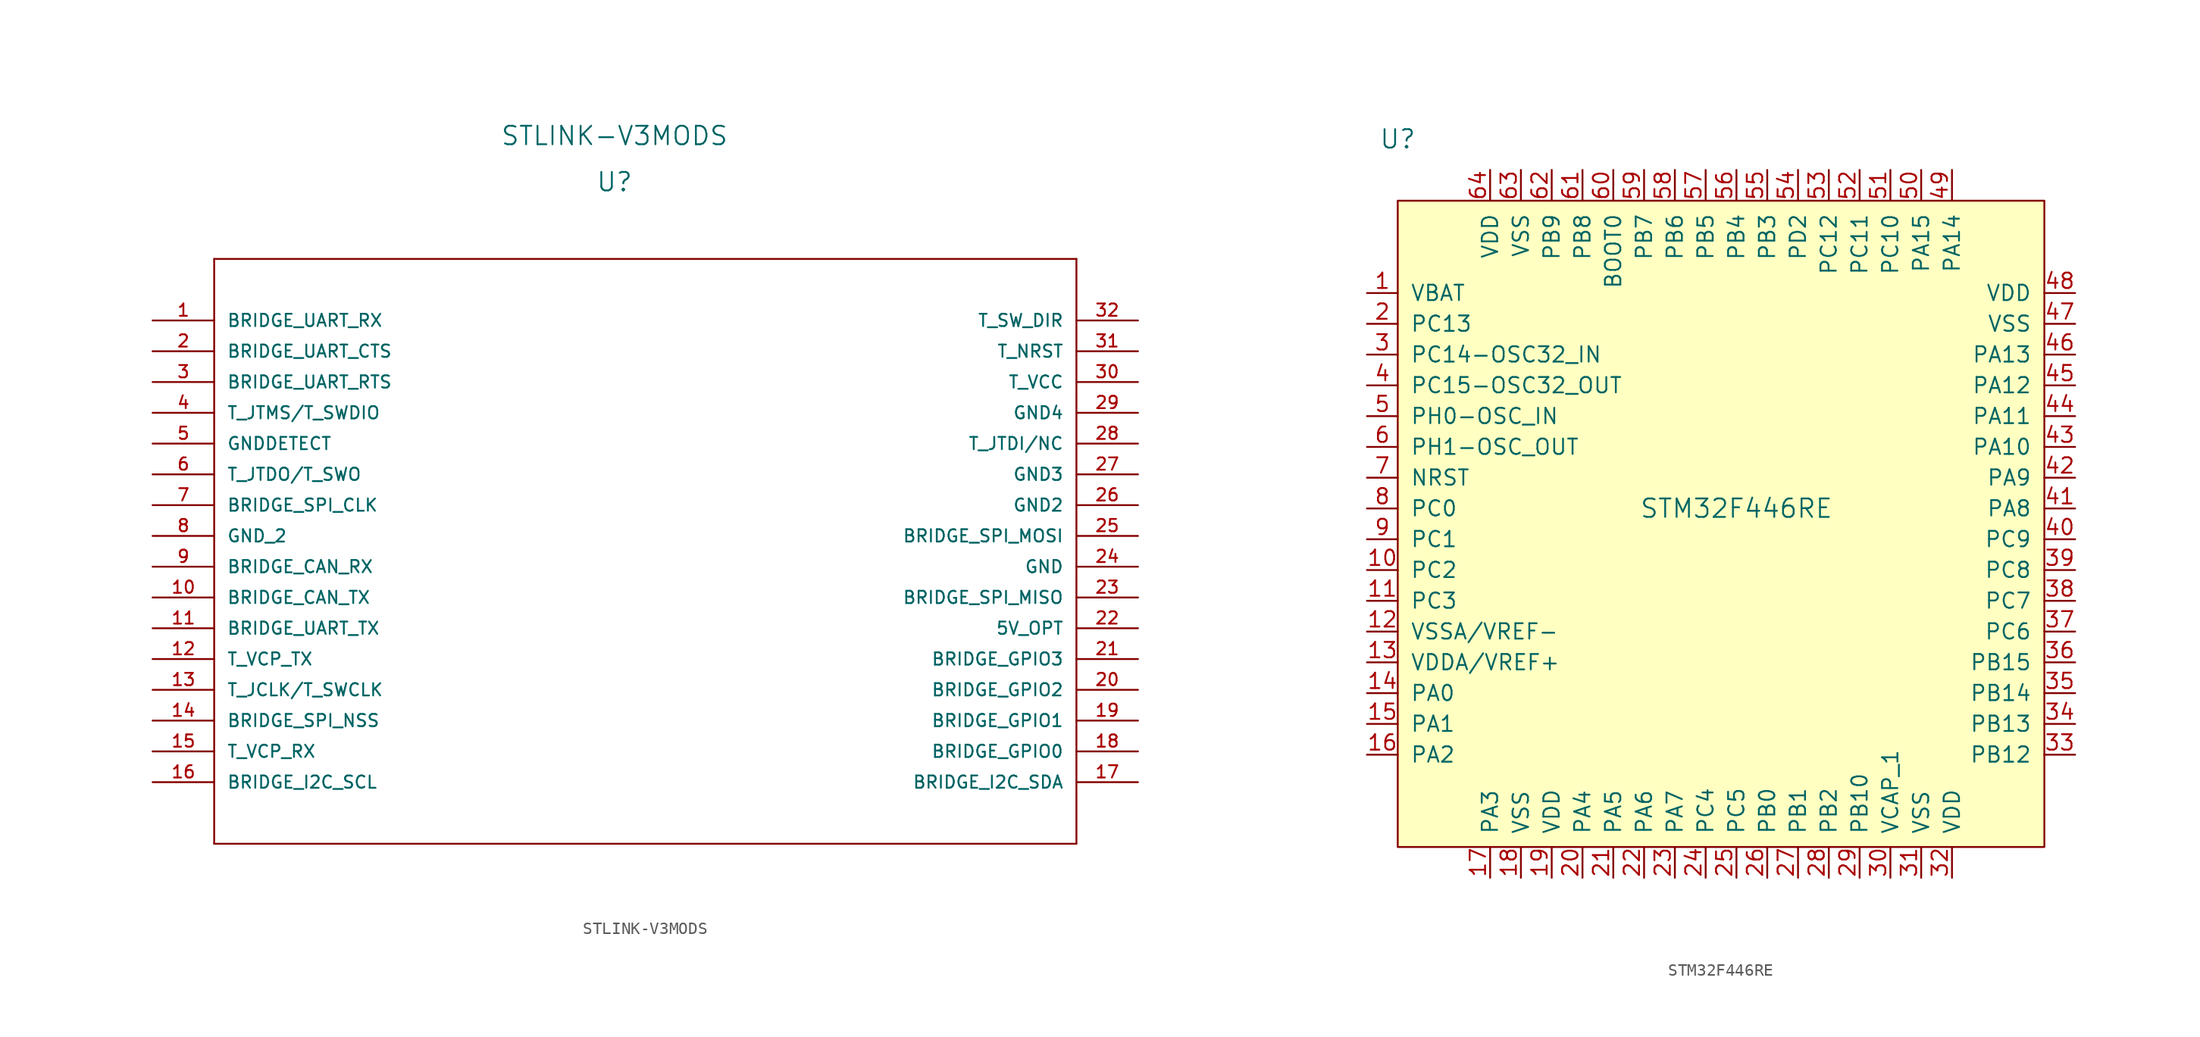
<source format=kicad_sym>
(kicad_symbol_lib
  (version 20231120)
  (generator "kicad_symbol_editor")
  (generator_version "8.0")
  (symbol "STLINK-V3MODS"
    (pin_names
      (offset 1.016))
    (property "Reference" "U"
      (at 0 60.96 0)
      (effects (font (size 1.524 1.524))))
    (property "Value" "STLINK-V3MODS"
      (at 0 64.77 0)
      (effects (font (size 1.524 1.524))))
    (symbol "STLINK-V3MODS_1_1"
      (polyline (pts (xy -33.02 6.35) (xy 38.1 6.35)) (stroke (width 0.152) (type default)) (fill (type none)))
      (polyline (pts (xy -33.02 54.61) (xy -33.02 6.35)) (stroke (width 0.152) (type default)) (fill (type none)))
      (polyline (pts (xy 38.1 6.35) (xy 38.1 54.61)) (stroke (width 0.152) (type default)) (fill (type none)))
      (polyline (pts (xy 38.1 54.61) (xy -33.02 54.61)) (stroke (width 0.152) (type default)) (fill (type none)))
      (pin passive line (at -38.1 49.53 0) (length 5.08) (name "BRIDGE_UART_RX" (effects (font (size 1.016 1.016)))) (number "1" (effects (font (size 1.016 1.016)))))
      (pin passive line (at -38.1 26.67 0) (length 5.08) (name "BRIDGE_CAN_TX" (effects (font (size 1.016 1.016)))) (number "10" (effects (font (size 1.016 1.016)))))
      (pin passive line (at -38.1 24.13 0) (length 5.08) (name "BRIDGE_UART_TX" (effects (font (size 1.016 1.016)))) (number "11" (effects (font (size 1.016 1.016)))))
      (pin passive line (at -38.1 21.59 0) (length 5.08) (name "T_VCP_TX" (effects (font (size 1.016 1.016)))) (number "12" (effects (font (size 1.016 1.016)))))
      (pin passive line (at -38.1 19.05 0) (length 5.08) (name "T_JCLK/T_SWCLK" (effects (font (size 1.016 1.016)))) (number "13" (effects (font (size 1.016 1.016)))))
      (pin passive line (at -38.1 16.51 0) (length 5.08) (name "BRIDGE_SPI_NSS" (effects (font (size 1.016 1.016)))) (number "14" (effects (font (size 1.016 1.016)))))
      (pin passive line (at -38.1 13.97 0) (length 5.08) (name "T_VCP_RX" (effects (font (size 1.016 1.016)))) (number "15" (effects (font (size 1.016 1.016)))))
      (pin bidirectional line (at -38.1 11.43 0) (length 5.08) (name "BRIDGE_I2C_SCL" (effects (font (size 1.016 1.016)))) (number "16" (effects (font (size 1.016 1.016)))))
      (pin bidirectional line (at 43.18 11.43 180) (length 5.08) (name "BRIDGE_I2C_SDA" (effects (font (size 1.016 1.016)))) (number "17" (effects (font (size 1.016 1.016)))))
      (pin bidirectional line (at 43.18 13.97 180) (length 5.08) (name "BRIDGE_GPIO0" (effects (font (size 1.016 1.016)))) (number "18" (effects (font (size 1.016 1.016)))))
      (pin bidirectional line (at 43.18 16.51 180) (length 5.08) (name "BRIDGE_GPIO1" (effects (font (size 1.016 1.016)))) (number "19" (effects (font (size 1.016 1.016)))))
      (pin passive line (at -38.1 46.99 0) (length 5.08) (name "BRIDGE_UART_CTS" (effects (font (size 1.016 1.016)))) (number "2" (effects (font (size 1.016 1.016)))))
      (pin bidirectional line (at 43.18 19.05 180) (length 5.08) (name "BRIDGE_GPIO2" (effects (font (size 1.016 1.016)))) (number "20" (effects (font (size 1.016 1.016)))))
      (pin bidirectional line (at 43.18 21.59 180) (length 5.08) (name "BRIDGE_GPIO3" (effects (font (size 1.016 1.016)))) (number "21" (effects (font (size 1.016 1.016)))))
      (pin passive line (at 43.18 24.13 180) (length 5.08) (name "5V_OPT" (effects (font (size 1.016 1.016)))) (number "22" (effects (font (size 1.016 1.016)))))
      (pin passive line (at 43.18 26.67 180) (length 5.08) (name "BRIDGE_SPI_MISO" (effects (font (size 1.016 1.016)))) (number "23" (effects (font (size 1.016 1.016)))))
      (pin passive line (at 43.18 29.21 180) (length 5.08) (name "GND" (effects (font (size 1.016 1.016)))) (number "24" (effects (font (size 1.016 1.016)))))
      (pin passive line (at 43.18 31.75 180) (length 5.08) (name "BRIDGE_SPI_MOSI" (effects (font (size 1.016 1.016)))) (number "25" (effects (font (size 1.016 1.016)))))
      (pin passive line (at 43.18 34.29 180) (length 5.08) (name "GND2" (effects (font (size 1.016 1.016)))) (number "26" (effects (font (size 1.016 1.016)))))
      (pin passive line (at 43.18 36.83 180) (length 5.08) (name "GND3" (effects (font (size 1.016 1.016)))) (number "27" (effects (font (size 1.016 1.016)))))
      (pin passive line (at 43.18 39.37 180) (length 5.08) (name "T_JTDI/NC" (effects (font (size 1.016 1.016)))) (number "28" (effects (font (size 1.016 1.016)))))
      (pin passive line (at 43.18 41.91 180) (length 5.08) (name "GND4" (effects (font (size 1.016 1.016)))) (number "29" (effects (font (size 1.016 1.016)))))
      (pin passive line (at -38.1 44.45 0) (length 5.08) (name "BRIDGE_UART_RTS" (effects (font (size 1.016 1.016)))) (number "3" (effects (font (size 1.016 1.016)))))
      (pin passive line (at 43.18 44.45 180) (length 5.08) (name "T_VCC" (effects (font (size 1.016 1.016)))) (number "30" (effects (font (size 1.016 1.016)))))
      (pin passive line (at 43.18 46.99 180) (length 5.08) (name "T_NRST" (effects (font (size 1.016 1.016)))) (number "31" (effects (font (size 1.016 1.016)))))
      (pin passive line (at 43.18 49.53 180) (length 5.08) (name "T_SW_DIR" (effects (font (size 1.016 1.016)))) (number "32" (effects (font (size 1.016 1.016)))))
      (pin passive line (at -38.1 41.91 0) (length 5.08) (name "T_JTMS/T_SWDIO" (effects (font (size 1.016 1.016)))) (number "4" (effects (font (size 1.016 1.016)))))
      (pin passive line (at -38.1 39.37 0) (length 5.08) (name "GNDDETECT" (effects (font (size 1.016 1.016)))) (number "5" (effects (font (size 1.016 1.016)))))
      (pin passive line (at -38.1 36.83 0) (length 5.08) (name "T_JTDO/T_SWO" (effects (font (size 1.016 1.016)))) (number "6" (effects (font (size 1.016 1.016)))))
      (pin passive line (at -38.1 34.29 0) (length 5.08) (name "BRIDGE_SPI_CLK" (effects (font (size 1.016 1.016)))) (number "7" (effects (font (size 1.016 1.016)))))
      (pin passive line (at -38.1 31.75 0) (length 5.08) (name "GND_2" (effects (font (size 1.016 1.016)))) (number "8" (effects (font (size 1.016 1.016)))))
      (pin passive line (at -38.1 29.21 0) (length 5.08) (name "BRIDGE_CAN_RX" (effects (font (size 1.016 1.016)))) (number "9" (effects (font (size 1.016 1.016)))))))
  (symbol "STM32F446RE"
    (pin_names
      (offset 1.016))
    (property "Reference" "U"
      (at -27.94 30.48 0)
      (effects (font (size 1.524 1.524))))
    (property "Value" "STM32F446RE"
      (at 0 0 0)
      (effects (font (size 1.524 1.524))))
    (symbol "STM32F446RE_0_1"
      (rectangle (start -27.94 25.4) (end 25.4 -27.94) (stroke (width 0) (type default)) (fill (type background))))
    (symbol "STM32F446RE_1_1"
      (pin input line (at -30.48 17.78 0) (length 2.54) (name "VBAT" (effects (font (size 1.27 1.27)))) (number "1" (effects (font (size 1.27 1.27)))))
      (pin bidirectional line (at -30.48 -5.08 0) (length 2.54) (name "PC2" (effects (font (size 1.27 1.27)))) (number "10" (effects (font (size 1.27 1.27)))))
      (pin unspecified line (at -30.48 -7.62 0) (length 2.54) (name "PC3" (effects (font (size 1.27 1.27)))) (number "11" (effects (font (size 1.27 1.27)))))
      (pin input line (at -30.48 -10.16 0) (length 2.54) (name "VSSA/VREF-" (effects (font (size 1.27 1.27)))) (number "12" (effects (font (size 1.27 1.27)))))
      (pin input line (at -30.48 -12.7 0) (length 2.54) (name "VDDA/VREF+" (effects (font (size 1.27 1.27)))) (number "13" (effects (font (size 1.27 1.27)))))
      (pin bidirectional line (at -30.48 -15.24 0) (length 2.54) (name "PA0" (effects (font (size 1.27 1.27)))) (number "14" (effects (font (size 1.27 1.27)))))
      (pin bidirectional line (at -30.48 -17.78 0) (length 2.54) (name "PA1" (effects (font (size 1.27 1.27)))) (number "15" (effects (font (size 1.27 1.27)))))
      (pin bidirectional line (at -30.48 -20.32 0) (length 2.54) (name "PA2" (effects (font (size 1.27 1.27)))) (number "16" (effects (font (size 1.27 1.27)))))
      (pin bidirectional line (at -20.32 -30.48 90) (length 2.54) (name "PA3" (effects (font (size 1.27 1.27)))) (number "17" (effects (font (size 1.27 1.27)))))
      (pin power_in line (at -17.78 -30.48 90) (length 2.54) (name "VSS" (effects (font (size 1.27 1.27)))) (number "18" (effects (font (size 1.27 1.27)))))
      (pin power_in line (at -15.24 -30.48 90) (length 2.54) (name "VDD" (effects (font (size 1.27 1.27)))) (number "19" (effects (font (size 1.27 1.27)))))
      (pin bidirectional line (at -30.48 15.24 0) (length 2.54) (name "PC13" (effects (font (size 1.27 1.27)))) (number "2" (effects (font (size 1.27 1.27)))))
      (pin bidirectional line (at -12.7 -30.48 90) (length 2.54) (name "PA4" (effects (font (size 1.27 1.27)))) (number "20" (effects (font (size 1.27 1.27)))))
      (pin bidirectional line (at -10.16 -30.48 90) (length 2.54) (name "PA5" (effects (font (size 1.27 1.27)))) (number "21" (effects (font (size 1.27 1.27)))))
      (pin bidirectional line (at -7.62 -30.48 90) (length 2.54) (name "PA6" (effects (font (size 1.27 1.27)))) (number "22" (effects (font (size 1.27 1.27)))))
      (pin bidirectional line (at -5.08 -30.48 90) (length 2.54) (name "PA7" (effects (font (size 1.27 1.27)))) (number "23" (effects (font (size 1.27 1.27)))))
      (pin bidirectional line (at -2.54 -30.48 90) (length 2.54) (name "PC4" (effects (font (size 1.27 1.27)))) (number "24" (effects (font (size 1.27 1.27)))))
      (pin bidirectional line (at 0 -30.48 90) (length 2.54) (name "PC5" (effects (font (size 1.27 1.27)))) (number "25" (effects (font (size 1.27 1.27)))))
      (pin bidirectional line (at 2.54 -30.48 90) (length 2.54) (name "PB0" (effects (font (size 1.27 1.27)))) (number "26" (effects (font (size 1.27 1.27)))))
      (pin bidirectional line (at 5.08 -30.48 90) (length 2.54) (name "PB1" (effects (font (size 1.27 1.27)))) (number "27" (effects (font (size 1.27 1.27)))))
      (pin bidirectional line (at 7.62 -30.48 90) (length 2.54) (name "PB2" (effects (font (size 1.27 1.27)))) (number "28" (effects (font (size 1.27 1.27)))))
      (pin bidirectional line (at 10.16 -30.48 90) (length 2.54) (name "PB10" (effects (font (size 1.27 1.27)))) (number "29" (effects (font (size 1.27 1.27)))))
      (pin input line (at -30.48 12.7 0) (length 2.54) (name "PC14-OSC32_IN" (effects (font (size 1.27 1.27)))) (number "3" (effects (font (size 1.27 1.27)))))
      (pin input line (at 12.7 -30.48 90) (length 2.54) (name "VCAP_1" (effects (font (size 1.27 1.27)))) (number "30" (effects (font (size 1.27 1.27)))))
      (pin power_in line (at 15.24 -30.48 90) (length 2.54) (name "VSS" (effects (font (size 1.27 1.27)))) (number "31" (effects (font (size 1.27 1.27)))))
      (pin power_in line (at 17.78 -30.48 90) (length 2.54) (name "VDD" (effects (font (size 1.27 1.27)))) (number "32" (effects (font (size 1.27 1.27)))))
      (pin bidirectional line (at 27.94 -20.32 180) (length 2.54) (name "PB12" (effects (font (size 1.27 1.27)))) (number "33" (effects (font (size 1.27 1.27)))))
      (pin bidirectional line (at 27.94 -17.78 180) (length 2.54) (name "PB13" (effects (font (size 1.27 1.27)))) (number "34" (effects (font (size 1.27 1.27)))))
      (pin bidirectional line (at 27.94 -15.24 180) (length 2.54) (name "PB14" (effects (font (size 1.27 1.27)))) (number "35" (effects (font (size 1.27 1.27)))))
      (pin bidirectional line (at 27.94 -12.7 180) (length 2.54) (name "PB15" (effects (font (size 1.27 1.27)))) (number "36" (effects (font (size 1.27 1.27)))))
      (pin bidirectional line (at 27.94 -10.16 180) (length 2.54) (name "PC6" (effects (font (size 1.27 1.27)))) (number "37" (effects (font (size 1.27 1.27)))))
      (pin bidirectional line (at 27.94 -7.62 180) (length 2.54) (name "PC7" (effects (font (size 1.27 1.27)))) (number "38" (effects (font (size 1.27 1.27)))))
      (pin bidirectional line (at 27.94 -5.08 180) (length 2.54) (name "PC8" (effects (font (size 1.27 1.27)))) (number "39" (effects (font (size 1.27 1.27)))))
      (pin input line (at -30.48 10.16 0) (length 2.54) (name "PC15-OSC32_OUT" (effects (font (size 1.27 1.27)))) (number "4" (effects (font (size 1.27 1.27)))))
      (pin bidirectional line (at 27.94 -2.54 180) (length 2.54) (name "PC9" (effects (font (size 1.27 1.27)))) (number "40" (effects (font (size 1.27 1.27)))))
      (pin bidirectional line (at 27.94 0 180) (length 2.54) (name "PA8" (effects (font (size 1.27 1.27)))) (number "41" (effects (font (size 1.27 1.27)))))
      (pin bidirectional line (at 27.94 2.54 180) (length 2.54) (name "PA9" (effects (font (size 1.27 1.27)))) (number "42" (effects (font (size 1.27 1.27)))))
      (pin bidirectional line (at 27.94 5.08 180) (length 2.54) (name "PA10" (effects (font (size 1.27 1.27)))) (number "43" (effects (font (size 1.27 1.27)))))
      (pin bidirectional line (at 27.94 7.62 180) (length 2.54) (name "PA11" (effects (font (size 1.27 1.27)))) (number "44" (effects (font (size 1.27 1.27)))))
      (pin bidirectional line (at 27.94 10.16 180) (length 2.54) (name "PA12" (effects (font (size 1.27 1.27)))) (number "45" (effects (font (size 1.27 1.27)))))
      (pin bidirectional line (at 27.94 12.7 180) (length 2.54) (name "PA13" (effects (font (size 1.27 1.27)))) (number "46" (effects (font (size 1.27 1.27)))))
      (pin power_in line (at 27.94 15.24 180) (length 2.54) (name "VSS" (effects (font (size 1.27 1.27)))) (number "47" (effects (font (size 1.27 1.27)))))
      (pin power_in line (at 27.94 17.78 180) (length 2.54) (name "VDD" (effects (font (size 1.27 1.27)))) (number "48" (effects (font (size 1.27 1.27)))))
      (pin bidirectional line (at 17.78 27.94 270) (length 2.54) (name "PA14" (effects (font (size 1.27 1.27)))) (number "49" (effects (font (size 1.27 1.27)))))
      (pin input line (at -30.48 7.62 0) (length 2.54) (name "PH0-OSC_IN" (effects (font (size 1.27 1.27)))) (number "5" (effects (font (size 1.27 1.27)))))
      (pin bidirectional line (at 15.24 27.94 270) (length 2.54) (name "PA15" (effects (font (size 1.27 1.27)))) (number "50" (effects (font (size 1.27 1.27)))))
      (pin bidirectional line (at 12.7 27.94 270) (length 2.54) (name "PC10" (effects (font (size 1.27 1.27)))) (number "51" (effects (font (size 1.27 1.27)))))
      (pin bidirectional line (at 10.16 27.94 270) (length 2.54) (name "PC11" (effects (font (size 1.27 1.27)))) (number "52" (effects (font (size 1.27 1.27)))))
      (pin bidirectional line (at 7.62 27.94 270) (length 2.54) (name "PC12" (effects (font (size 1.27 1.27)))) (number "53" (effects (font (size 1.27 1.27)))))
      (pin bidirectional line (at 5.08 27.94 270) (length 2.54) (name "PD2" (effects (font (size 1.27 1.27)))) (number "54" (effects (font (size 1.27 1.27)))))
      (pin bidirectional line (at 2.54 27.94 270) (length 2.54) (name "PB3" (effects (font (size 1.27 1.27)))) (number "55" (effects (font (size 1.27 1.27)))))
      (pin bidirectional line (at 0 27.94 270) (length 2.54) (name "PB4" (effects (font (size 1.27 1.27)))) (number "56" (effects (font (size 1.27 1.27)))))
      (pin bidirectional line (at -2.54 27.94 270) (length 2.54) (name "PB5" (effects (font (size 1.27 1.27)))) (number "57" (effects (font (size 1.27 1.27)))))
      (pin bidirectional line (at -5.08 27.94 270) (length 2.54) (name "PB6" (effects (font (size 1.27 1.27)))) (number "58" (effects (font (size 1.27 1.27)))))
      (pin bidirectional line (at -7.62 27.94 270) (length 2.54) (name "PB7" (effects (font (size 1.27 1.27)))) (number "59" (effects (font (size 1.27 1.27)))))
      (pin input line (at -30.48 5.08 0) (length 2.54) (name "PH1-OSC_OUT" (effects (font (size 1.27 1.27)))) (number "6" (effects (font (size 1.27 1.27)))))
      (pin input line (at -10.16 27.94 270) (length 2.54) (name "BOOT0" (effects (font (size 1.27 1.27)))) (number "60" (effects (font (size 1.27 1.27)))))
      (pin bidirectional line (at -12.7 27.94 270) (length 2.54) (name "PB8" (effects (font (size 1.27 1.27)))) (number "61" (effects (font (size 1.27 1.27)))))
      (pin bidirectional line (at -15.24 27.94 270) (length 2.54) (name "PB9" (effects (font (size 1.27 1.27)))) (number "62" (effects (font (size 1.27 1.27)))))
      (pin power_in line (at -17.78 27.94 270) (length 2.54) (name "VSS" (effects (font (size 1.27 1.27)))) (number "63" (effects (font (size 1.27 1.27)))))
      (pin power_in line (at -20.32 27.94 270) (length 2.54) (name "VDD" (effects (font (size 1.27 1.27)))) (number "64" (effects (font (size 1.27 1.27)))))
      (pin input line (at -30.48 2.54 0) (length 2.54) (name "NRST" (effects (font (size 1.27 1.27)))) (number "7" (effects (font (size 1.27 1.27)))))
      (pin bidirectional line (at -30.48 0 0) (length 2.54) (name "PC0" (effects (font (size 1.27 1.27)))) (number "8" (effects (font (size 1.27 1.27)))))
      (pin bidirectional line (at -30.48 -2.54 0) (length 2.54) (name "PC1" (effects (font (size 1.27 1.27)))) (number "9" (effects (font (size 1.27 1.27))))))))
</source>
